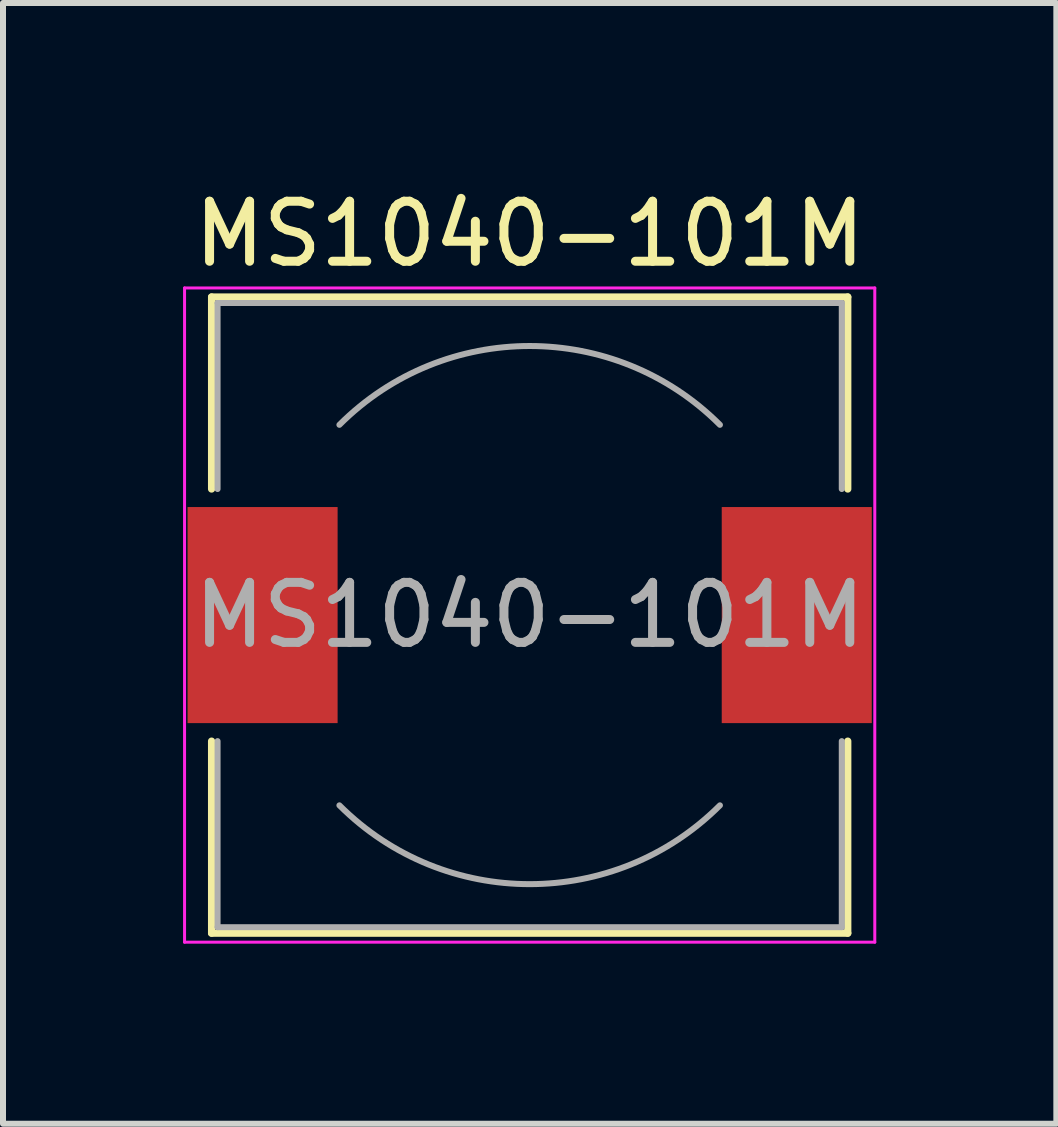
<source format=kicad_pcb>
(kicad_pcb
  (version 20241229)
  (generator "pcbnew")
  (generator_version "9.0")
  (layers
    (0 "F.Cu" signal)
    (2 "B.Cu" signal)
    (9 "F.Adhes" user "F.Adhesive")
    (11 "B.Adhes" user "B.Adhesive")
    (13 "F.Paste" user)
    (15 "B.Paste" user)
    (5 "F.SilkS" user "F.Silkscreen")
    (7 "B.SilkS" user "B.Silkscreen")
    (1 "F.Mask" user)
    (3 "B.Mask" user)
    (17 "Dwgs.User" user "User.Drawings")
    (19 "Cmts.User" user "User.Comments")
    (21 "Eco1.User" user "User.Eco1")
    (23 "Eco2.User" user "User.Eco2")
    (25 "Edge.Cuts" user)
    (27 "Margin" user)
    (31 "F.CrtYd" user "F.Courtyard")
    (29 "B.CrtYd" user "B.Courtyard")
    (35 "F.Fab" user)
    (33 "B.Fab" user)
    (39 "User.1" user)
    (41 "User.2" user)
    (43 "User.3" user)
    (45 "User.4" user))
  (footprint "MS1040-101M"
    (layer "F.Cu")
    (at 5.775 7.198)
    (property "Reference" "MS1040-101M" (at 0 -6.35 0) (layer "F.SilkS") (effects (font (size 1 1) (thickness 0.15))))
    (attr smd)
    (fp_line (start -5.3 -5.3) (end 5.3 -5.3) (stroke (width 0.12) (type solid)) (layer "F.SilkS"))
    (fp_line (start -5.3 -2.1) (end -5.3 -5.3) (stroke (width 0.12) (type solid)) (layer "F.SilkS"))
    (fp_line (start -5.3 5.3) (end -5.3 2.1) (stroke (width 0.12) (type solid)) (layer "F.SilkS"))
    (fp_line (start 5.3 -5.3) (end 5.3 -2.1) (stroke (width 0.12) (type solid)) (layer "F.SilkS"))
    (fp_line (start 5.3 2.1) (end 5.3 5.3) (stroke (width 0.12) (type solid)) (layer "F.SilkS"))
    (fp_line (start 5.3 5.3) (end -5.3 5.3) (stroke (width 0.12) (type solid)) (layer "F.SilkS"))
    (fp_line (start -5.75 -5.45) (end -5.75 5.45) (stroke (width 0.05) (type solid)) (layer "F.CrtYd"))
    (fp_line (start -5.75 5.45) (end 5.75 5.45) (stroke (width 0.05) (type solid)) (layer "F.CrtYd"))
    (fp_line (start 5.75 -5.45) (end -5.75 -5.45) (stroke (width 0.05) (type solid)) (layer "F.CrtYd"))
    (fp_line (start 5.75 5.45) (end 5.75 -5.45) (stroke (width 0.05) (type solid)) (layer "F.CrtYd"))
    (fp_line (start -5.2 -5.2) (end -5.2 -2.1) (stroke (width 0.1) (type solid)) (layer "F.Fab"))
    (fp_line (start -5.2 -5.2) (end 5.2 -5.2) (stroke (width 0.1) (type solid)) (layer "F.Fab"))
    (fp_line (start -5.2 5.2) (end -5.2 2.1) (stroke (width 0.1) (type solid)) (layer "F.Fab"))
    (fp_line (start -5.2 5.2) (end 5.2 5.2) (stroke (width 0.1) (type solid)) (layer "F.Fab"))
    (fp_line (start 5.2 -5.2) (end 5.2 -2.1) (stroke (width 0.1) (type solid)) (layer "F.Fab"))
    (fp_line (start 5.2 5.2) (end 5.2 2.1) (stroke (width 0.1) (type solid)) (layer "F.Fab"))
    (fp_arc (start -3.17 -3.17) (mid 0 -4.483057) (end 3.17 -3.17) (stroke (width 0.1) (type solid)) (layer "F.Fab"))
    (fp_arc (start 3.17 3.17) (mid 0 4.483057) (end -3.17 3.17) (stroke (width 0.1) (type solid)) (layer "F.Fab"))
    (fp_text user "${REFERENCE}" (at 0 0 0) (layer "F.Fab") (effects (font (size 1 1) (thickness 0.15))))
    (pad "1" smd rect (at -4.45 0) (size 2.5 3.6) (layers "F.Cu" "F.Mask" "F.Paste"))
    (pad "2" smd rect (at 4.45 0) (size 2.5 3.6) (layers "F.Cu" "F.Mask" "F.Paste")))
  (gr_rect
    (start -3 -3)
    (end 14.55 15.673)
    (stroke (width 0.1) (type default))
    (fill no)
    (layer "Edge.Cuts")))
</source>
